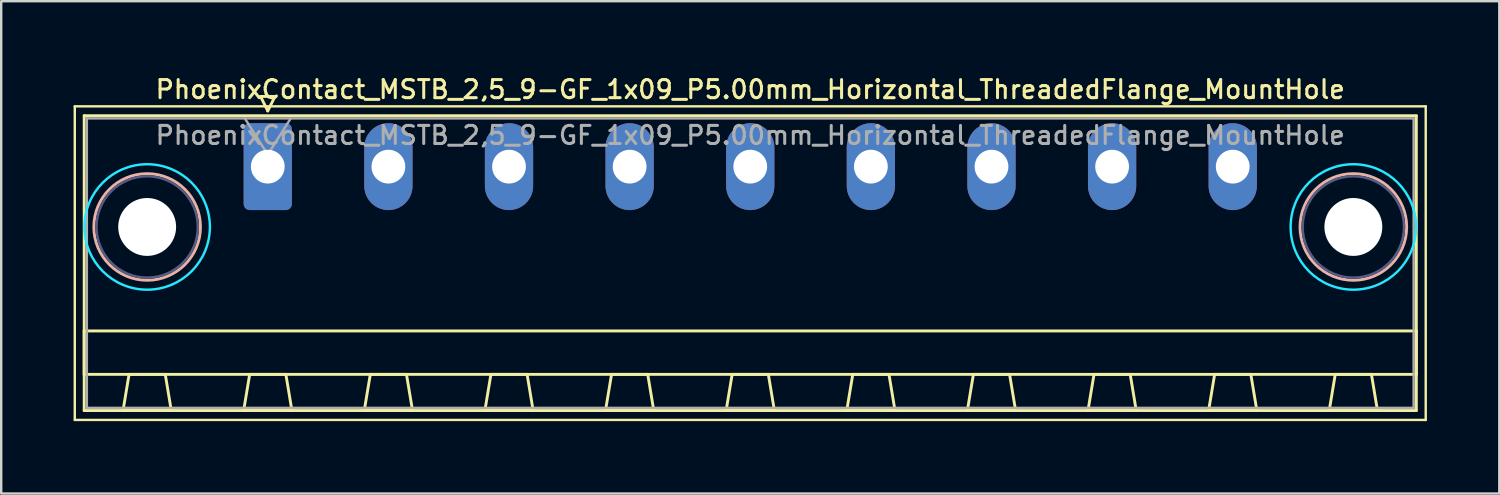
<source format=kicad_pcb>
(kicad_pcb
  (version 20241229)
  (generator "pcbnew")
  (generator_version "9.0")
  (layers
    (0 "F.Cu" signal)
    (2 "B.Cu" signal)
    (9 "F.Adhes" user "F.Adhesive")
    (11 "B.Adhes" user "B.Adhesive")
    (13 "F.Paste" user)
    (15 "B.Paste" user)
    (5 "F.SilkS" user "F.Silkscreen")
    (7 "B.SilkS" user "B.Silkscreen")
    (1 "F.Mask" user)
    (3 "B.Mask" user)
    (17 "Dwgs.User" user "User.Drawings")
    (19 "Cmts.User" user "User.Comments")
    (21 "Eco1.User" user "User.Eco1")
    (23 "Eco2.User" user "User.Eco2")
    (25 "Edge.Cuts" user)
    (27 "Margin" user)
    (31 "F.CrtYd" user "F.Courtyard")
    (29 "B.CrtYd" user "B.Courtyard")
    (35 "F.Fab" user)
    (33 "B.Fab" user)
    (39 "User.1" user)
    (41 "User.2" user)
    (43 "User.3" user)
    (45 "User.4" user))
  (footprint "PhoenixContact_MSTB_2,5_9-GF_1x09_P5.00mm_Horizontal_ThreadedFlange_MountHole"
    (layer "F.Cu")
    (at 8.05 3.858)
    (property "Reference" "PhoenixContact_MSTB_2,5_9-GF_1x09_P5.00mm_Horizontal_ThreadedFlange_MountHole" (at 20 -3.2 0) (layer "F.SilkS") (effects (font (size 0.75 0.75) (thickness 0.125))))
    (attr through_hole)
    (fp_line (start -8 -2.5) (end -8 10.5) (stroke (width 0.1) (type solid)) (layer "F.SilkS"))
    (fp_line (start -8 10.5) (end 48 10.5) (stroke (width 0.1) (type solid)) (layer "F.SilkS"))
    (fp_line (start -7.61 -2.11) (end -7.61 10.11) (stroke (width 0.12) (type solid)) (layer "F.SilkS"))
    (fp_line (start -7.61 6.81) (end 47.61 6.81) (stroke (width 0.12) (type solid)) (layer "F.SilkS"))
    (fp_line (start -7.61 8.61) (end -7.61 6.81) (stroke (width 0.12) (type solid)) (layer "F.SilkS"))
    (fp_line (start -7.61 10.11) (end 47.61 10.11) (stroke (width 0.12) (type solid)) (layer "F.SilkS"))
    (fp_line (start -6 10.11) (end -4 10.11) (stroke (width 0.12) (type solid)) (layer "F.SilkS"))
    (fp_line (start -5.75 8.61) (end -6 10.11) (stroke (width 0.12) (type solid)) (layer "F.SilkS"))
    (fp_line (start -4.25 8.61) (end -5.75 8.61) (stroke (width 0.12) (type solid)) (layer "F.SilkS"))
    (fp_line (start -4 10.11) (end -4.25 8.61) (stroke (width 0.12) (type solid)) (layer "F.SilkS"))
    (fp_line (start -1 10.11) (end 1 10.11) (stroke (width 0.12) (type solid)) (layer "F.SilkS"))
    (fp_line (start -0.75 8.61) (end -1 10.11) (stroke (width 0.12) (type solid)) (layer "F.SilkS"))
    (fp_line (start -0.3 -2.91) (end 0.3 -2.91) (stroke (width 0.12) (type solid)) (layer "F.SilkS"))
    (fp_line (start 0 -2.31) (end -0.3 -2.91) (stroke (width 0.12) (type solid)) (layer "F.SilkS"))
    (fp_line (start 0.3 -2.91) (end 0 -2.31) (stroke (width 0.12) (type solid)) (layer "F.SilkS"))
    (fp_line (start 0.75 8.61) (end -0.75 8.61) (stroke (width 0.12) (type solid)) (layer "F.SilkS"))
    (fp_line (start 1 10.11) (end 0.75 8.61) (stroke (width 0.12) (type solid)) (layer "F.SilkS"))
    (fp_line (start 4 10.11) (end 6 10.11) (stroke (width 0.12) (type solid)) (layer "F.SilkS"))
    (fp_line (start 4.25 8.61) (end 4 10.11) (stroke (width 0.12) (type solid)) (layer "F.SilkS"))
    (fp_line (start 5.75 8.61) (end 4.25 8.61) (stroke (width 0.12) (type solid)) (layer "F.SilkS"))
    (fp_line (start 6 10.11) (end 5.75 8.61) (stroke (width 0.12) (type solid)) (layer "F.SilkS"))
    (fp_line (start 9 10.11) (end 11 10.11) (stroke (width 0.12) (type solid)) (layer "F.SilkS"))
    (fp_line (start 9.25 8.61) (end 9 10.11) (stroke (width 0.12) (type solid)) (layer "F.SilkS"))
    (fp_line (start 10.75 8.61) (end 9.25 8.61) (stroke (width 0.12) (type solid)) (layer "F.SilkS"))
    (fp_line (start 11 10.11) (end 10.75 8.61) (stroke (width 0.12) (type solid)) (layer "F.SilkS"))
    (fp_line (start 14 10.11) (end 16 10.11) (stroke (width 0.12) (type solid)) (layer "F.SilkS"))
    (fp_line (start 14.25 8.61) (end 14 10.11) (stroke (width 0.12) (type solid)) (layer "F.SilkS"))
    (fp_line (start 15.75 8.61) (end 14.25 8.61) (stroke (width 0.12) (type solid)) (layer "F.SilkS"))
    (fp_line (start 16 10.11) (end 15.75 8.61) (stroke (width 0.12) (type solid)) (layer "F.SilkS"))
    (fp_line (start 19 10.11) (end 21 10.11) (stroke (width 0.12) (type solid)) (layer "F.SilkS"))
    (fp_line (start 19.25 8.61) (end 19 10.11) (stroke (width 0.12) (type solid)) (layer "F.SilkS"))
    (fp_line (start 20.75 8.61) (end 19.25 8.61) (stroke (width 0.12) (type solid)) (layer "F.SilkS"))
    (fp_line (start 21 10.11) (end 20.75 8.61) (stroke (width 0.12) (type solid)) (layer "F.SilkS"))
    (fp_line (start 24 10.11) (end 26 10.11) (stroke (width 0.12) (type solid)) (layer "F.SilkS"))
    (fp_line (start 24.25 8.61) (end 24 10.11) (stroke (width 0.12) (type solid)) (layer "F.SilkS"))
    (fp_line (start 25.75 8.61) (end 24.25 8.61) (stroke (width 0.12) (type solid)) (layer "F.SilkS"))
    (fp_line (start 26 10.11) (end 25.75 8.61) (stroke (width 0.12) (type solid)) (layer "F.SilkS"))
    (fp_line (start 29 10.11) (end 31 10.11) (stroke (width 0.12) (type solid)) (layer "F.SilkS"))
    (fp_line (start 29.25 8.61) (end 29 10.11) (stroke (width 0.12) (type solid)) (layer "F.SilkS"))
    (fp_line (start 30.75 8.61) (end 29.25 8.61) (stroke (width 0.12) (type solid)) (layer "F.SilkS"))
    (fp_line (start 31 10.11) (end 30.75 8.61) (stroke (width 0.12) (type solid)) (layer "F.SilkS"))
    (fp_line (start 34 10.11) (end 36 10.11) (stroke (width 0.12) (type solid)) (layer "F.SilkS"))
    (fp_line (start 34.25 8.61) (end 34 10.11) (stroke (width 0.12) (type solid)) (layer "F.SilkS"))
    (fp_line (start 35.75 8.61) (end 34.25 8.61) (stroke (width 0.12) (type solid)) (layer "F.SilkS"))
    (fp_line (start 36 10.11) (end 35.75 8.61) (stroke (width 0.12) (type solid)) (layer "F.SilkS"))
    (fp_line (start 39 10.11) (end 41 10.11) (stroke (width 0.12) (type solid)) (layer "F.SilkS"))
    (fp_line (start 39.25 8.61) (end 39 10.11) (stroke (width 0.12) (type solid)) (layer "F.SilkS"))
    (fp_line (start 40.75 8.61) (end 39.25 8.61) (stroke (width 0.12) (type solid)) (layer "F.SilkS"))
    (fp_line (start 41 10.11) (end 40.75 8.61) (stroke (width 0.12) (type solid)) (layer "F.SilkS"))
    (fp_line (start 44 10.11) (end 46 10.11) (stroke (width 0.12) (type solid)) (layer "F.SilkS"))
    (fp_line (start 44.25 8.61) (end 44 10.11) (stroke (width 0.12) (type solid)) (layer "F.SilkS"))
    (fp_line (start 45.75 8.61) (end 44.25 8.61) (stroke (width 0.12) (type solid)) (layer "F.SilkS"))
    (fp_line (start 46 10.11) (end 45.75 8.61) (stroke (width 0.12) (type solid)) (layer "F.SilkS"))
    (fp_line (start 47.61 -2.11) (end -7.61 -2.11) (stroke (width 0.12) (type solid)) (layer "F.SilkS"))
    (fp_line (start 47.61 6.81) (end 47.61 8.61) (stroke (width 0.12) (type solid)) (layer "F.SilkS"))
    (fp_line (start 47.61 8.61) (end -7.61 8.61) (stroke (width 0.12) (type solid)) (layer "F.SilkS"))
    (fp_line (start 47.61 10.11) (end 47.61 -2.11) (stroke (width 0.12) (type solid)) (layer "F.SilkS"))
    (fp_line (start 48 -2.5) (end -8 -2.5) (stroke (width 0.1) (type solid)) (layer "F.SilkS"))
    (fp_line (start 48 10.5) (end 48 -2.5) (stroke (width 0.1) (type solid)) (layer "F.SilkS"))
    (fp_circle (center -5 2.5) (end -2.79 2.5) (stroke (width 0.12) (type solid)) (fill no) (layer "B.SilkS"))
    (fp_circle (center 45 2.5) (end 47.21 2.5) (stroke (width 0.12) (type solid)) (fill no) (layer "B.SilkS"))
    (fp_circle (center -5 2.5) (end -2.4 2.5) (stroke (width 0.1) (type solid)) (fill no) (layer "B.CrtYd"))
    (fp_circle (center 45 2.5) (end 47.6 2.5) (stroke (width 0.1) (type solid)) (fill no) (layer "B.CrtYd"))
    (fp_circle (center -5 2.5) (end -2.9 2.5) (stroke (width 0.1) (type solid)) (fill no) (layer "B.Fab"))
    (fp_circle (center 45 2.5) (end 47.1 2.5) (stroke (width 0.1) (type solid)) (fill no) (layer "B.Fab"))
    (fp_line (start -7.5 -2) (end -7.5 10) (stroke (width 0.1) (type solid)) (layer "F.Fab"))
    (fp_line (start -7.5 10) (end 47.5 10) (stroke (width 0.1) (type solid)) (layer "F.Fab"))
    (fp_line (start 0 -0.5) (end -0.95 -2) (stroke (width 0.1) (type solid)) (layer "F.Fab"))
    (fp_line (start 0.95 -2) (end 0 -0.5) (stroke (width 0.1) (type solid)) (layer "F.Fab"))
    (fp_line (start 47.5 -2) (end -7.5 -2) (stroke (width 0.1) (type solid)) (layer "F.Fab"))
    (fp_line (start 47.5 10) (end 47.5 -2) (stroke (width 0.1) (type solid)) (layer "F.Fab"))
    (fp_text user "${REFERENCE}" (at 20 -1.3 0) (layer "F.Fab") (effects (font (size 0.75 0.75) (thickness 0.125))))
    (pad "" np_thru_hole circle (at -5 2.5) (size 2.4 2.4) (drill 2.4) (layers "*.Cu" "*.Mask"))
    (pad "" np_thru_hole circle (at 45 2.5) (size 2.4 2.4) (drill 2.4) (layers "*.Cu" "*.Mask"))
    (pad "1" thru_hole roundrect (at 0 0) (size 2 3.6) (drill 1.4) (layers "*.Cu" "*.Mask") (roundrect_rratio 0.125))
    (pad "2" thru_hole oval (at 5 0) (size 2 3.6) (drill 1.4) (layers "*.Cu" "*.Mask"))
    (pad "3" thru_hole oval (at 10 0) (size 2 3.6) (drill 1.4) (layers "*.Cu" "*.Mask"))
    (pad "4" thru_hole oval (at 15 0) (size 2 3.6) (drill 1.4) (layers "*.Cu" "*.Mask"))
    (pad "5" thru_hole oval (at 20 0) (size 2 3.6) (drill 1.4) (layers "*.Cu" "*.Mask"))
    (pad "6" thru_hole oval (at 25 0) (size 2 3.6) (drill 1.4) (layers "*.Cu" "*.Mask"))
    (pad "7" thru_hole oval (at 30 0) (size 2 3.6) (drill 1.4) (layers "*.Cu" "*.Mask"))
    (pad "8" thru_hole oval (at 35 0) (size 2 3.6) (drill 1.4) (layers "*.Cu" "*.Mask"))
    (pad "9" thru_hole oval (at 40 0) (size 2 3.6) (drill 1.4) (layers "*.Cu" "*.Mask")))
  (gr_rect
    (start -3 -3)
    (end 59.1 17.408)
    (stroke (width 0.1) (type default))
    (fill no)
    (layer "Edge.Cuts")))
</source>
